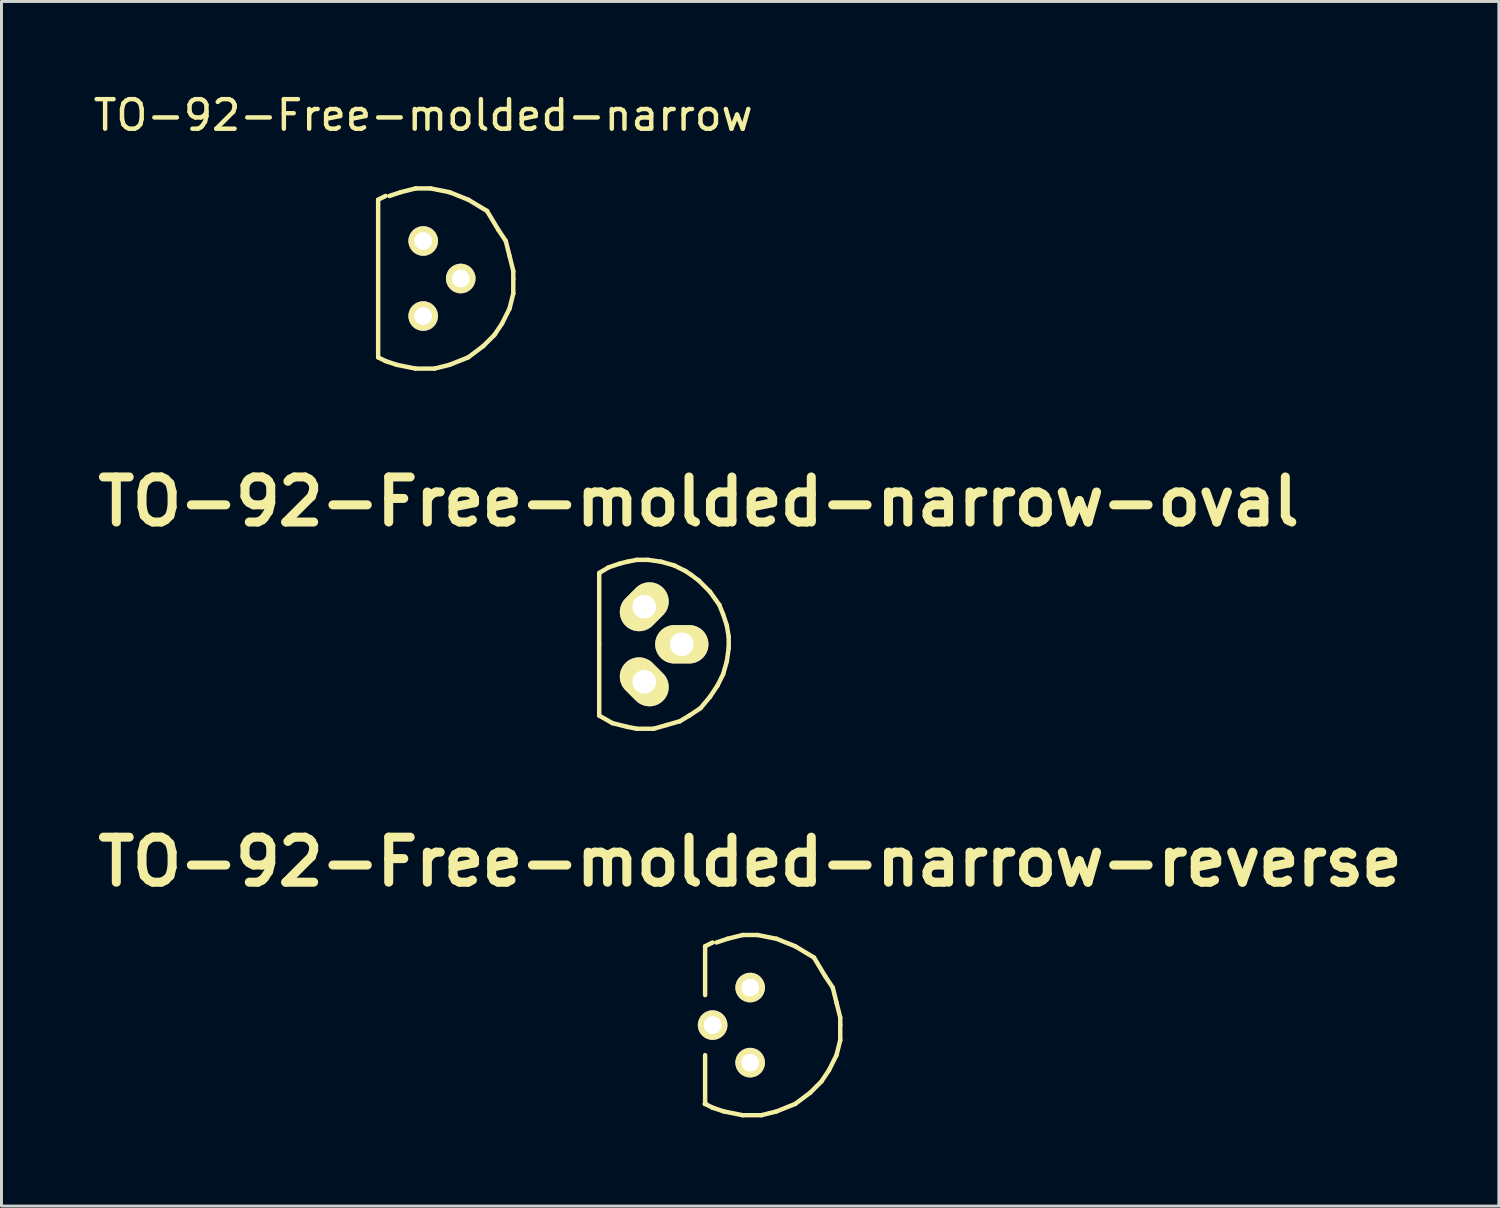
<source format=kicad_pcb>
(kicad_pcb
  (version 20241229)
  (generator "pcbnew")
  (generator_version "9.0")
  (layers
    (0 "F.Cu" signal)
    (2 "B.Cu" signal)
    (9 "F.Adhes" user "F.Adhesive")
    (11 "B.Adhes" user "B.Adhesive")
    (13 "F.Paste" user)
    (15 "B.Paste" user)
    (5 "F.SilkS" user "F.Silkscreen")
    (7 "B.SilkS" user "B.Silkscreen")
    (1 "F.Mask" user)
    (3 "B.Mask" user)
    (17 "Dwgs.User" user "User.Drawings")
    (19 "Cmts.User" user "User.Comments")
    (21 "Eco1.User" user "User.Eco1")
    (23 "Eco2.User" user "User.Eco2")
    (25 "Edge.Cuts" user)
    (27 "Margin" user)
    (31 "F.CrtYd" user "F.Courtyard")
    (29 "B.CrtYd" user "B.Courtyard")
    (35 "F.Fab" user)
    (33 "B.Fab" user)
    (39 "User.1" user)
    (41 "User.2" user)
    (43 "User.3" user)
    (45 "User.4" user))
  (footprint "TO-92-Free-molded-narrow-oval"
    (layer "F.Cu")
    (at 18.747 18.748)
    (property "Reference" "TO-92-Free-molded-narrow-oval" (at 1.841 -4.826 0) (layer "F.SilkS") (effects (font (size 1.524 1.524) (thickness 0.305))))
    (attr through_hole)
    (fp_line (start -1.524 -2.413) (end -1.206 -2.603) (stroke (width 0.15) (type solid)) (layer "F.SilkS"))
    (fp_line (start -1.524 0) (end -1.524 -2.413) (stroke (width 0.15) (type solid)) (layer "F.SilkS"))
    (fp_line (start -1.524 0) (end -1.524 2.413) (stroke (width 0.15) (type solid)) (layer "F.SilkS"))
    (fp_line (start -1.206 -2.603) (end -0.826 -2.731) (stroke (width 0.15) (type solid)) (layer "F.SilkS"))
    (fp_line (start -1.079 2.667) (end -1.524 2.413) (stroke (width 0.15) (type solid)) (layer "F.SilkS"))
    (fp_line (start -0.826 -2.731) (end -0.572 -2.794) (stroke (width 0.15) (type solid)) (layer "F.SilkS"))
    (fp_line (start -0.572 -2.794) (end -0.254 -2.857) (stroke (width 0.15) (type solid)) (layer "F.SilkS"))
    (fp_line (start -0.572 2.794) (end -1.079 2.667) (stroke (width 0.15) (type solid)) (layer "F.SilkS"))
    (fp_line (start -0.254 -2.857) (end 0.127 -2.857) (stroke (width 0.15) (type solid)) (layer "F.SilkS"))
    (fp_line (start -0.254 2.857) (end -0.572 2.794) (stroke (width 0.15) (type solid)) (layer "F.SilkS"))
    (fp_line (start 0.127 -2.857) (end 0.572 -2.794) (stroke (width 0.15) (type solid)) (layer "F.SilkS"))
    (fp_line (start 0.318 2.857) (end -0.254 2.857) (stroke (width 0.15) (type solid)) (layer "F.SilkS"))
    (fp_line (start 0.572 -2.794) (end 1.016 -2.667) (stroke (width 0.15) (type solid)) (layer "F.SilkS"))
    (fp_line (start 0.762 2.731) (end 0.318 2.857) (stroke (width 0.15) (type solid)) (layer "F.SilkS"))
    (fp_line (start 1.016 -2.667) (end 1.397 -2.477) (stroke (width 0.15) (type solid)) (layer "F.SilkS"))
    (fp_line (start 1.206 2.603) (end 0.762 2.731) (stroke (width 0.15) (type solid)) (layer "F.SilkS"))
    (fp_line (start 1.397 -2.477) (end 1.587 -2.349) (stroke (width 0.15) (type solid)) (layer "F.SilkS"))
    (fp_line (start 1.524 2.413) (end 1.206 2.603) (stroke (width 0.15) (type solid)) (layer "F.SilkS"))
    (fp_line (start 1.587 -2.349) (end 1.841 -2.159) (stroke (width 0.15) (type solid)) (layer "F.SilkS"))
    (fp_line (start 1.841 -2.159) (end 2.223 -1.778) (stroke (width 0.15) (type solid)) (layer "F.SilkS"))
    (fp_line (start 1.905 2.159) (end 1.524 2.413) (stroke (width 0.15) (type solid)) (layer "F.SilkS"))
    (fp_line (start 2.223 -1.778) (end 2.54 -1.333) (stroke (width 0.15) (type solid)) (layer "F.SilkS"))
    (fp_line (start 2.223 1.778) (end 1.905 2.159) (stroke (width 0.15) (type solid)) (layer "F.SilkS"))
    (fp_line (start 2.477 1.397) (end 2.223 1.778) (stroke (width 0.15) (type solid)) (layer "F.SilkS"))
    (fp_line (start 2.54 -1.333) (end 2.667 -1.016) (stroke (width 0.15) (type solid)) (layer "F.SilkS"))
    (fp_line (start 2.667 -1.016) (end 2.794 -0.635) (stroke (width 0.15) (type solid)) (layer "F.SilkS"))
    (fp_line (start 2.667 1.016) (end 2.477 1.397) (stroke (width 0.15) (type solid)) (layer "F.SilkS"))
    (fp_line (start 2.794 -0.635) (end 2.857 -0.254) (stroke (width 0.15) (type solid)) (layer "F.SilkS"))
    (fp_line (start 2.794 0.572) (end 2.667 1.016) (stroke (width 0.15) (type solid)) (layer "F.SilkS"))
    (fp_line (start 2.857 -0.254) (end 2.857 0.127) (stroke (width 0.15) (type solid)) (layer "F.SilkS"))
    (fp_line (start 2.857 0.127) (end 2.794 0.572) (stroke (width 0.15) (type solid)) (layer "F.SilkS"))
    (pad "1" thru_hole oval (at 0 -1.27 315) (size 1.3 1.801) (drill 0.8) (layers "*.Cu" "*.Mask" "F.SilkS"))
    (pad "2" thru_hole oval (at 1.27 0) (size 1.801 1.3) (drill 0.8) (layers "*.Cu" "*.Mask" "F.SilkS"))
    (pad "3" thru_hole oval (at 0 1.27 315) (size 1.801 1.3) (drill 0.8) (layers "*.Cu" "*.Mask" "F.SilkS")))
  (footprint "TO-92-Free-molded-narrow"
    (layer "F.Cu")
    (at 11.268 6.373)
    (property "Reference" "TO-92-Free-molded-narrow" (at 0 -5.524 0) (layer "F.SilkS") (effects (font (size 1 1) (thickness 0.15))))
    (attr through_hole)
    (fp_line (start -1.524 -2.667) (end -1.524 2.667) (stroke (width 0.15) (type solid)) (layer "F.SilkS"))
    (fp_line (start -1.524 -2.667) (end -1.27 -2.794) (stroke (width 0.15) (type solid)) (layer "F.SilkS"))
    (fp_line (start -1.27 2.794) (end -1.524 2.667) (stroke (width 0.15) (type solid)) (layer "F.SilkS"))
    (fp_line (start -1.143 -2.794) (end -0.762 -2.921) (stroke (width 0.15) (type solid)) (layer "F.SilkS"))
    (fp_line (start -0.889 2.921) (end -1.27 2.794) (stroke (width 0.15) (type solid)) (layer "F.SilkS"))
    (fp_line (start -0.762 -2.921) (end -0.254 -3.048) (stroke (width 0.15) (type solid)) (layer "F.SilkS"))
    (fp_line (start -0.254 -3.048) (end 0.254 -3.048) (stroke (width 0.15) (type solid)) (layer "F.SilkS"))
    (fp_line (start -0.254 3.048) (end -0.889 2.921) (stroke (width 0.15) (type solid)) (layer "F.SilkS"))
    (fp_line (start 0.254 -3.048) (end 0.889 -2.921) (stroke (width 0.15) (type solid)) (layer "F.SilkS"))
    (fp_line (start 0.381 3.048) (end -0.254 3.048) (stroke (width 0.15) (type solid)) (layer "F.SilkS"))
    (fp_line (start 0.889 -2.921) (end 1.524 -2.667) (stroke (width 0.15) (type solid)) (layer "F.SilkS"))
    (fp_line (start 0.889 2.921) (end 0.381 3.048) (stroke (width 0.15) (type solid)) (layer "F.SilkS"))
    (fp_line (start 1.524 -2.667) (end 2.159 -2.286) (stroke (width 0.15) (type solid)) (layer "F.SilkS"))
    (fp_line (start 1.524 2.667) (end 0.889 2.921) (stroke (width 0.15) (type solid)) (layer "F.SilkS"))
    (fp_line (start 2.032 2.286) (end 1.524 2.667) (stroke (width 0.15) (type solid)) (layer "F.SilkS"))
    (fp_line (start 2.159 -2.286) (end 2.54 -1.651) (stroke (width 0.15) (type solid)) (layer "F.SilkS"))
    (fp_line (start 2.413 1.905) (end 2.032 2.286) (stroke (width 0.15) (type solid)) (layer "F.SilkS"))
    (fp_line (start 2.54 -1.651) (end 2.794 -1.27) (stroke (width 0.15) (type solid)) (layer "F.SilkS"))
    (fp_line (start 2.667 1.524) (end 2.413 1.905) (stroke (width 0.15) (type solid)) (layer "F.SilkS"))
    (fp_line (start 2.794 -1.27) (end 2.921 -0.762) (stroke (width 0.15) (type solid)) (layer "F.SilkS"))
    (fp_line (start 2.921 -0.762) (end 3.048 -0.254) (stroke (width 0.15) (type solid)) (layer "F.SilkS"))
    (fp_line (start 2.921 1.016) (end 2.667 1.524) (stroke (width 0.15) (type solid)) (layer "F.SilkS"))
    (fp_line (start 3.048 -0.254) (end 3.048 0) (stroke (width 0.15) (type solid)) (layer "F.SilkS"))
    (fp_line (start 3.048 0) (end 3.048 0.508) (stroke (width 0.15) (type solid)) (layer "F.SilkS"))
    (fp_line (start 3.048 0.508) (end 2.921 1.016) (stroke (width 0.15) (type solid)) (layer "F.SilkS"))
    (pad "1" thru_hole circle (at 0 -1.27) (size 1.001 1.001) (drill 0.599) (layers "*.Cu" "*.Mask" "F.SilkS"))
    (pad "2" thru_hole circle (at 1.27 0) (size 1.001 1.001) (drill 0.599) (layers "*.Cu" "*.Mask" "F.SilkS"))
    (pad "3" thru_hole circle (at 0 1.27) (size 1.001 1.001) (drill 0.599) (layers "*.Cu" "*.Mask" "F.SilkS")))
  (footprint "TO-92-Free-molded-narrow-reverse"
    (layer "F.Cu")
    (at 22.33 31.632)
    (property "Reference" "TO-92-Free-molded-narrow-reverse" (at 0 -5.524 0) (layer "F.SilkS") (effects (font (size 1.524 1.524) (thickness 0.305))))
    (attr through_hole)
    (fp_line (start -1.537 2.667) (end -1.499 2.667) (stroke (width 0.15) (type solid)) (layer "F.SilkS"))
    (fp_line (start -1.524 -2.667) (end -1.524 -1.016) (stroke (width 0.15) (type solid)) (layer "F.SilkS"))
    (fp_line (start -1.524 -2.667) (end -1.27 -2.794) (stroke (width 0.15) (type solid)) (layer "F.SilkS"))
    (fp_line (start -1.524 2.667) (end -1.524 1.016) (stroke (width 0.15) (type solid)) (layer "F.SilkS"))
    (fp_line (start -1.27 2.794) (end -1.524 2.667) (stroke (width 0.15) (type solid)) (layer "F.SilkS"))
    (fp_line (start -1.143 -2.794) (end -0.762 -2.921) (stroke (width 0.15) (type solid)) (layer "F.SilkS"))
    (fp_line (start -0.889 2.921) (end -1.27 2.794) (stroke (width 0.15) (type solid)) (layer "F.SilkS"))
    (fp_line (start -0.762 -2.921) (end -0.254 -3.048) (stroke (width 0.15) (type solid)) (layer "F.SilkS"))
    (fp_line (start -0.254 -3.048) (end 0.254 -3.048) (stroke (width 0.15) (type solid)) (layer "F.SilkS"))
    (fp_line (start -0.254 3.048) (end -0.889 2.921) (stroke (width 0.15) (type solid)) (layer "F.SilkS"))
    (fp_line (start 0.254 -3.048) (end 0.889 -2.921) (stroke (width 0.15) (type solid)) (layer "F.SilkS"))
    (fp_line (start 0.381 3.048) (end -0.254 3.048) (stroke (width 0.15) (type solid)) (layer "F.SilkS"))
    (fp_line (start 0.889 -2.921) (end 1.524 -2.667) (stroke (width 0.15) (type solid)) (layer "F.SilkS"))
    (fp_line (start 0.889 2.921) (end 0.381 3.048) (stroke (width 0.15) (type solid)) (layer "F.SilkS"))
    (fp_line (start 1.524 -2.667) (end 2.159 -2.286) (stroke (width 0.15) (type solid)) (layer "F.SilkS"))
    (fp_line (start 1.524 2.667) (end 0.889 2.921) (stroke (width 0.15) (type solid)) (layer "F.SilkS"))
    (fp_line (start 2.032 2.286) (end 1.524 2.667) (stroke (width 0.15) (type solid)) (layer "F.SilkS"))
    (fp_line (start 2.159 -2.286) (end 2.54 -1.651) (stroke (width 0.15) (type solid)) (layer "F.SilkS"))
    (fp_line (start 2.413 1.905) (end 2.032 2.286) (stroke (width 0.15) (type solid)) (layer "F.SilkS"))
    (fp_line (start 2.54 -1.651) (end 2.794 -1.27) (stroke (width 0.15) (type solid)) (layer "F.SilkS"))
    (fp_line (start 2.667 1.524) (end 2.413 1.905) (stroke (width 0.15) (type solid)) (layer "F.SilkS"))
    (fp_line (start 2.794 -1.27) (end 2.921 -0.762) (stroke (width 0.15) (type solid)) (layer "F.SilkS"))
    (fp_line (start 2.921 -0.762) (end 3.048 -0.254) (stroke (width 0.15) (type solid)) (layer "F.SilkS"))
    (fp_line (start 2.921 1.016) (end 2.667 1.524) (stroke (width 0.15) (type solid)) (layer "F.SilkS"))
    (fp_line (start 3.048 -0.254) (end 3.048 0) (stroke (width 0.15) (type solid)) (layer "F.SilkS"))
    (fp_line (start 3.048 0) (end 3.048 0.508) (stroke (width 0.15) (type solid)) (layer "F.SilkS"))
    (fp_line (start 3.048 0.508) (end 2.921 1.016) (stroke (width 0.15) (type solid)) (layer "F.SilkS"))
    (pad "1" thru_hole circle (at 0 -1.27) (size 1.001 1.001) (drill 0.599) (layers "*.Cu" "*.Mask" "F.SilkS"))
    (pad "2" thru_hole circle (at -1.27 0) (size 1.001 1.001) (drill 0.599) (layers "*.Cu" "*.Mask" "F.SilkS"))
    (pad "3" thru_hole circle (at 0 1.27) (size 1.001 1.001) (drill 0.599) (layers "*.Cu" "*.Mask" "F.SilkS")))
  (gr_rect
    (start -3 -3)
    (end 47.66 37.755)
    (stroke (width 0.1) (type default))
    (fill no)
    (layer "Edge.Cuts")))
</source>
